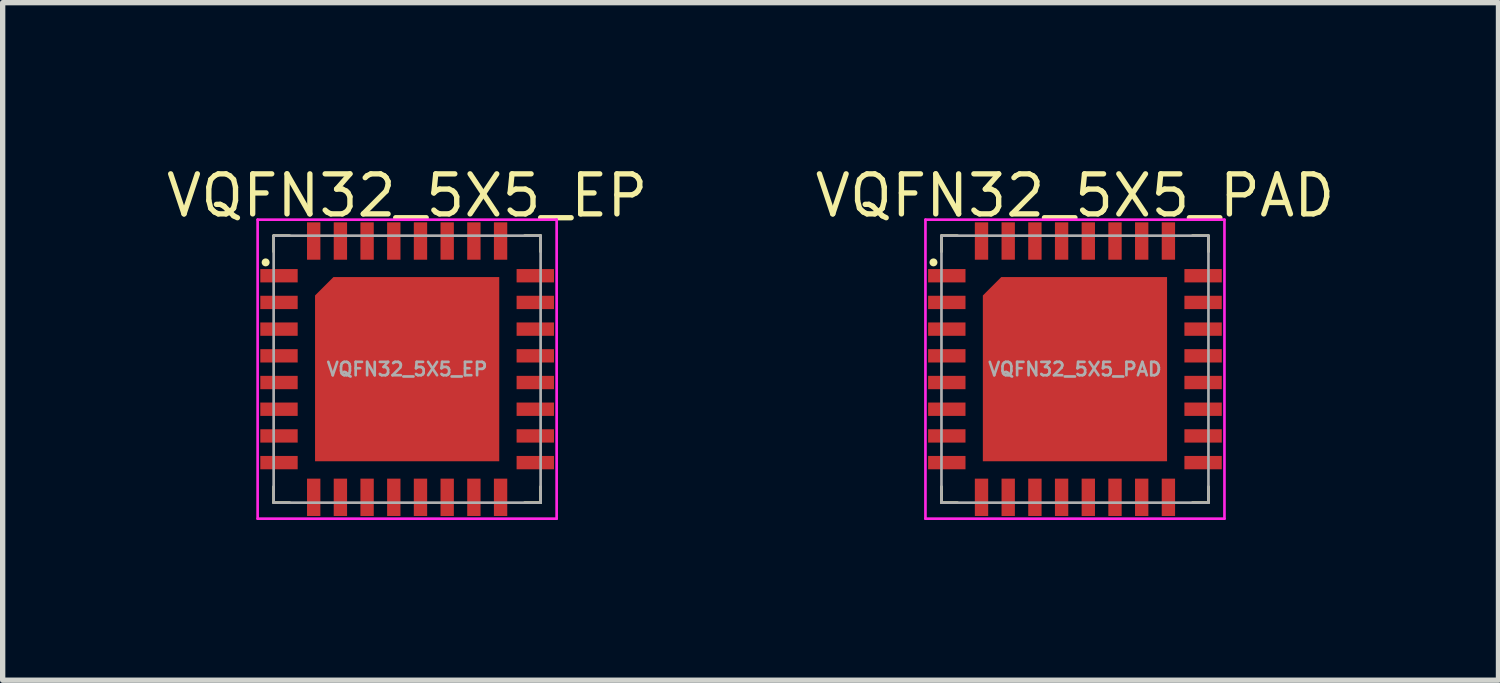
<source format=kicad_pcb>
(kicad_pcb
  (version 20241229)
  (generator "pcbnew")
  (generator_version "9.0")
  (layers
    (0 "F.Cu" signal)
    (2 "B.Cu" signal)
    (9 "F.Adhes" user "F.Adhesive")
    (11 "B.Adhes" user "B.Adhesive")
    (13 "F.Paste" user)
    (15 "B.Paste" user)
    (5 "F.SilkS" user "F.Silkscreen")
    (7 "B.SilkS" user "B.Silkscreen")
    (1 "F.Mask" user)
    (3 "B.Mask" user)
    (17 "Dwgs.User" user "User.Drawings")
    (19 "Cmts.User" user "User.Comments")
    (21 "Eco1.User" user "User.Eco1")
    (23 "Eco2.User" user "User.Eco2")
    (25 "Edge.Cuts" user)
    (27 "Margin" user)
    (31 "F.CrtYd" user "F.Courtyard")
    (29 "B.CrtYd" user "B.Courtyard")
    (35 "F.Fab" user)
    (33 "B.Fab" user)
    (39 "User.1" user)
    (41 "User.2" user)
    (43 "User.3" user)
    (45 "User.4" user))
  (footprint "VQFN32_5X5_EP"
    (layer "F.Cu")
    (at 4.575 3.864)
    (property "Reference" "VQFN32_5X5_EP" (at 0 -3.25 0) (unlocked yes) (layer "F.SilkS") (effects (font (size 0.75 0.75) (thickness 0.1))))
    (attr smd)
    (fp_line (start -2.5 -2.5) (end -2.5 -2.2) (stroke (width 0.05) (type solid)) (layer "F.SilkS"))
    (fp_line (start -2.5 2.2) (end -2.5 2.5) (stroke (width 0.05) (type solid)) (layer "F.SilkS"))
    (fp_line (start -2.5 2.5) (end -2.2 2.5) (stroke (width 0.05) (type solid)) (layer "F.SilkS"))
    (fp_line (start -2.2 -2.5) (end -2.5 -2.5) (stroke (width 0.05) (type solid)) (layer "F.SilkS"))
    (fp_line (start 2.2 2.5) (end 2.5 2.5) (stroke (width 0.05) (type solid)) (layer "F.SilkS"))
    (fp_line (start 2.5 -2.5) (end 2.2 -2.5) (stroke (width 0.05) (type solid)) (layer "F.SilkS"))
    (fp_line (start 2.5 -2.2) (end 2.5 -2.5) (stroke (width 0.05) (type solid)) (layer "F.SilkS"))
    (fp_line (start 2.5 2.5) (end 2.5 2.2) (stroke (width 0.05) (type solid)) (layer "F.SilkS"))
    (fp_circle (center -2.65 -2) (end -2.65 -2) (stroke (width 0.05) (type solid)) (fill no) (layer "F.SilkS"))
    (fp_circle (center -2.65 -2) (end -2.6 -2) (stroke (width 0.05) (type solid)) (fill no) (layer "F.SilkS"))
    (fp_line (start -2.8 -2.8) (end 2.8 -2.8) (stroke (width 0.05) (type solid)) (layer "F.CrtYd"))
    (fp_line (start -2.8 2.8) (end -2.8 -2.8) (stroke (width 0.05) (type solid)) (layer "F.CrtYd"))
    (fp_line (start 2.8 -2.8) (end 2.8 2.8) (stroke (width 0.05) (type solid)) (layer "F.CrtYd"))
    (fp_line (start 2.8 2.8) (end -2.8 2.8) (stroke (width 0.05) (type solid)) (layer "F.CrtYd"))
    (fp_line (start -2.5 -2.5) (end 2.5 -2.5) (stroke (width 0.05) (type solid)) (layer "F.Fab"))
    (fp_line (start -2.5 2.5) (end -2.5 -2.5) (stroke (width 0.05) (type solid)) (layer "F.Fab"))
    (fp_line (start -2.5 2.5) (end 2.5 2.5) (stroke (width 0.05) (type solid)) (layer "F.Fab"))
    (fp_line (start 2.5 2.5) (end 2.5 -2.5) (stroke (width 0.05) (type solid)) (layer "F.Fab"))
    (fp_text user "${REFERENCE}" (at 0 0 0) (unlocked yes) (layer "F.Fab") (effects (font (size 0.25 0.25) (thickness 0.05))))
    (pad "1" smd rect (at -2.4 -1.75) (size 0.7 0.25) (layers "F.Cu" "F.Mask" "F.Paste"))
    (pad "2" smd rect (at -2.4 -1.25) (size 0.7 0.25) (layers "F.Cu" "F.Mask" "F.Paste"))
    (pad "3" smd rect (at -2.4 -0.75) (size 0.7 0.25) (layers "F.Cu" "F.Mask" "F.Paste"))
    (pad "4" smd rect (at -2.4 -0.25) (size 0.7 0.25) (layers "F.Cu" "F.Mask" "F.Paste"))
    (pad "5" smd rect (at -2.4 0.25) (size 0.7 0.25) (layers "F.Cu" "F.Mask" "F.Paste"))
    (pad "6" smd rect (at -2.4 0.75) (size 0.7 0.25) (layers "F.Cu" "F.Mask" "F.Paste"))
    (pad "7" smd rect (at -2.4 1.25) (size 0.7 0.25) (layers "F.Cu" "F.Mask" "F.Paste"))
    (pad "8" smd rect (at -2.4 1.75) (size 0.7 0.25) (layers "F.Cu" "F.Mask" "F.Paste"))
    (pad "9" smd rect (at -1.75 2.4 90) (size 0.7 0.25) (layers "F.Cu" "F.Mask" "F.Paste"))
    (pad "10" smd rect (at -1.25 2.4 90) (size 0.7 0.25) (layers "F.Cu" "F.Mask" "F.Paste"))
    (pad "11" smd rect (at -0.75 2.4 90) (size 0.7 0.25) (layers "F.Cu" "F.Mask" "F.Paste"))
    (pad "12" smd rect (at -0.25 2.4 90) (size 0.7 0.25) (layers "F.Cu" "F.Mask" "F.Paste"))
    (pad "13" smd rect (at 0.25 2.4 90) (size 0.7 0.25) (layers "F.Cu" "F.Mask" "F.Paste"))
    (pad "14" smd rect (at 0.75 2.4 90) (size 0.7 0.25) (layers "F.Cu" "F.Mask" "F.Paste"))
    (pad "15" smd rect (at 1.25 2.4 90) (size 0.7 0.25) (layers "F.Cu" "F.Mask" "F.Paste"))
    (pad "16" smd rect (at 1.75 2.4 90) (size 0.7 0.25) (layers "F.Cu" "F.Mask" "F.Paste"))
    (pad "17" smd rect (at 2.4 1.75 180) (size 0.7 0.25) (layers "F.Cu" "F.Mask" "F.Paste"))
    (pad "18" smd rect (at 2.4 1.25 180) (size 0.7 0.25) (layers "F.Cu" "F.Mask" "F.Paste"))
    (pad "19" smd rect (at 2.4 0.75 180) (size 0.7 0.25) (layers "F.Cu" "F.Mask" "F.Paste"))
    (pad "20" smd rect (at 2.4 0.25 180) (size 0.7 0.25) (layers "F.Cu" "F.Mask" "F.Paste"))
    (pad "21" smd rect (at 2.4 -0.25 180) (size 0.7 0.25) (layers "F.Cu" "F.Mask" "F.Paste"))
    (pad "22" smd rect (at 2.4 -0.75 180) (size 0.7 0.25) (layers "F.Cu" "F.Mask" "F.Paste"))
    (pad "23" smd rect (at 2.4 -1.25 180) (size 0.7 0.25) (layers "F.Cu" "F.Mask" "F.Paste"))
    (pad "24" smd rect (at 2.4 -1.75 180) (size 0.7 0.25) (layers "F.Cu" "F.Mask" "F.Paste"))
    (pad "25" smd rect (at 1.75 -2.4 270) (size 0.7 0.25) (layers "F.Cu" "F.Mask" "F.Paste"))
    (pad "26" smd rect (at 1.25 -2.4 270) (size 0.7 0.25) (layers "F.Cu" "F.Mask" "F.Paste"))
    (pad "27" smd rect (at 0.75 -2.4 270) (size 0.7 0.25) (layers "F.Cu" "F.Mask" "F.Paste"))
    (pad "28" smd rect (at 0.25 -2.4 270) (size 0.7 0.25) (layers "F.Cu" "F.Mask" "F.Paste"))
    (pad "29" smd rect (at -0.25 -2.4 270) (size 0.7 0.25) (layers "F.Cu" "F.Mask" "F.Paste"))
    (pad "30" smd rect (at -0.75 -2.4 270) (size 0.7 0.25) (layers "F.Cu" "F.Mask" "F.Paste"))
    (pad "31" smd rect (at -1.25 -2.4 270) (size 0.7 0.25) (layers "F.Cu" "F.Mask" "F.Paste"))
    (pad "32" smd rect (at -1.75 -2.4 270) (size 0.7 0.25) (layers "F.Cu" "F.Mask" "F.Paste"))
    (pad "33" smd roundrect (at 0 0) (size 3.45 3.45) (layers "F.Cu" "F.Mask" "F.Paste") (roundrect_rratio 0) (chamfer_ratio 0.1) (chamfer top_left)))
  (footprint "VQFN32_5X5_PAD"
    (layer "F.Cu")
    (at 17.082 3.864)
    (property "Reference" "VQFN32_5X5_PAD" (at 0 -3.25 0) (unlocked yes) (layer "F.SilkS") (effects (font (size 0.75 0.75) (thickness 0.1))))
    (attr smd)
    (fp_line (start -2.5 -2.5) (end -2.5 -2.2) (stroke (width 0.05) (type solid)) (layer "F.SilkS"))
    (fp_line (start -2.5 2.2) (end -2.5 2.5) (stroke (width 0.05) (type solid)) (layer "F.SilkS"))
    (fp_line (start -2.5 2.5) (end -2.2 2.5) (stroke (width 0.05) (type solid)) (layer "F.SilkS"))
    (fp_line (start -2.2 -2.5) (end -2.5 -2.5) (stroke (width 0.05) (type solid)) (layer "F.SilkS"))
    (fp_line (start 2.2 2.5) (end 2.5 2.5) (stroke (width 0.05) (type solid)) (layer "F.SilkS"))
    (fp_line (start 2.5 -2.5) (end 2.2 -2.5) (stroke (width 0.05) (type solid)) (layer "F.SilkS"))
    (fp_line (start 2.5 -2.2) (end 2.5 -2.5) (stroke (width 0.05) (type solid)) (layer "F.SilkS"))
    (fp_line (start 2.5 2.5) (end 2.5 2.2) (stroke (width 0.05) (type solid)) (layer "F.SilkS"))
    (fp_circle (center -2.65 -2) (end -2.65 -2) (stroke (width 0.05) (type solid)) (fill no) (layer "F.SilkS"))
    (fp_circle (center -2.65 -2) (end -2.6 -2) (stroke (width 0.05) (type solid)) (fill no) (layer "F.SilkS"))
    (fp_line (start -2.8 -2.8) (end 2.8 -2.8) (stroke (width 0.05) (type solid)) (layer "F.CrtYd"))
    (fp_line (start -2.8 2.8) (end -2.8 -2.8) (stroke (width 0.05) (type solid)) (layer "F.CrtYd"))
    (fp_line (start 2.8 -2.8) (end 2.8 2.8) (stroke (width 0.05) (type solid)) (layer "F.CrtYd"))
    (fp_line (start 2.8 2.8) (end -2.8 2.8) (stroke (width 0.05) (type solid)) (layer "F.CrtYd"))
    (fp_line (start -2.5 -2.5) (end 2.5 -2.5) (stroke (width 0.05) (type solid)) (layer "F.Fab"))
    (fp_line (start -2.5 2.5) (end -2.5 -2.5) (stroke (width 0.05) (type solid)) (layer "F.Fab"))
    (fp_line (start -2.5 2.5) (end 2.5 2.5) (stroke (width 0.05) (type solid)) (layer "F.Fab"))
    (fp_line (start 2.5 2.5) (end 2.5 -2.5) (stroke (width 0.05) (type solid)) (layer "F.Fab"))
    (fp_text user "${REFERENCE}" (at 0 0 0) (unlocked yes) (layer "F.Fab") (effects (font (size 0.25 0.25) (thickness 0.05))))
    (pad "1" smd rect (at -2.4 -1.75) (size 0.7 0.25) (layers "F.Cu" "F.Mask" "F.Paste"))
    (pad "2" smd rect (at -2.4 -1.25) (size 0.7 0.25) (layers "F.Cu" "F.Mask" "F.Paste"))
    (pad "3" smd rect (at -2.4 -0.75) (size 0.7 0.25) (layers "F.Cu" "F.Mask" "F.Paste"))
    (pad "4" smd rect (at -2.4 -0.25) (size 0.7 0.25) (layers "F.Cu" "F.Mask" "F.Paste"))
    (pad "5" smd rect (at -2.4 0.25) (size 0.7 0.25) (layers "F.Cu" "F.Mask" "F.Paste"))
    (pad "6" smd rect (at -2.4 0.75) (size 0.7 0.25) (layers "F.Cu" "F.Mask" "F.Paste"))
    (pad "7" smd rect (at -2.4 1.25) (size 0.7 0.25) (layers "F.Cu" "F.Mask" "F.Paste"))
    (pad "8" smd rect (at -2.4 1.75) (size 0.7 0.25) (layers "F.Cu" "F.Mask" "F.Paste"))
    (pad "9" smd rect (at -1.75 2.4 90) (size 0.7 0.25) (layers "F.Cu" "F.Mask" "F.Paste"))
    (pad "10" smd rect (at -1.25 2.4 90) (size 0.7 0.25) (layers "F.Cu" "F.Mask" "F.Paste"))
    (pad "11" smd rect (at -0.75 2.4 90) (size 0.7 0.25) (layers "F.Cu" "F.Mask" "F.Paste"))
    (pad "12" smd rect (at -0.25 2.4 90) (size 0.7 0.25) (layers "F.Cu" "F.Mask" "F.Paste"))
    (pad "13" smd rect (at 0.25 2.4 90) (size 0.7 0.25) (layers "F.Cu" "F.Mask" "F.Paste"))
    (pad "14" smd rect (at 0.75 2.4 90) (size 0.7 0.25) (layers "F.Cu" "F.Mask" "F.Paste"))
    (pad "15" smd rect (at 1.25 2.4 90) (size 0.7 0.25) (layers "F.Cu" "F.Mask" "F.Paste"))
    (pad "16" smd rect (at 1.75 2.4 90) (size 0.7 0.25) (layers "F.Cu" "F.Mask" "F.Paste"))
    (pad "17" smd rect (at 2.4 1.75 180) (size 0.7 0.25) (layers "F.Cu" "F.Mask" "F.Paste"))
    (pad "18" smd rect (at 2.4 1.25 180) (size 0.7 0.25) (layers "F.Cu" "F.Mask" "F.Paste"))
    (pad "19" smd rect (at 2.4 0.75 180) (size 0.7 0.25) (layers "F.Cu" "F.Mask" "F.Paste"))
    (pad "20" smd rect (at 2.4 0.25 180) (size 0.7 0.25) (layers "F.Cu" "F.Mask" "F.Paste"))
    (pad "21" smd rect (at 2.4 -0.25 180) (size 0.7 0.25) (layers "F.Cu" "F.Mask" "F.Paste"))
    (pad "22" smd rect (at 2.4 -0.75 180) (size 0.7 0.25) (layers "F.Cu" "F.Mask" "F.Paste"))
    (pad "23" smd rect (at 2.4 -1.25 180) (size 0.7 0.25) (layers "F.Cu" "F.Mask" "F.Paste"))
    (pad "24" smd rect (at 2.4 -1.75 180) (size 0.7 0.25) (layers "F.Cu" "F.Mask" "F.Paste"))
    (pad "25" smd rect (at 1.75 -2.4 270) (size 0.7 0.25) (layers "F.Cu" "F.Mask" "F.Paste"))
    (pad "26" smd rect (at 1.25 -2.4 270) (size 0.7 0.25) (layers "F.Cu" "F.Mask" "F.Paste"))
    (pad "27" smd rect (at 0.75 -2.4 270) (size 0.7 0.25) (layers "F.Cu" "F.Mask" "F.Paste"))
    (pad "28" smd rect (at 0.25 -2.4 270) (size 0.7 0.25) (layers "F.Cu" "F.Mask" "F.Paste"))
    (pad "29" smd rect (at -0.25 -2.4 270) (size 0.7 0.25) (layers "F.Cu" "F.Mask" "F.Paste"))
    (pad "30" smd rect (at -0.75 -2.4 270) (size 0.7 0.25) (layers "F.Cu" "F.Mask" "F.Paste"))
    (pad "31" smd rect (at -1.25 -2.4 270) (size 0.7 0.25) (layers "F.Cu" "F.Mask" "F.Paste"))
    (pad "32" smd rect (at -1.75 -2.4 270) (size 0.7 0.25) (layers "F.Cu" "F.Mask" "F.Paste"))
    (pad "33" smd roundrect (at 0 0) (size 3.45 3.45) (layers "F.Cu" "F.Mask" "F.Paste") (roundrect_rratio 0) (chamfer_ratio 0.1) (chamfer top_left)))
  (gr_rect
    (start -3 -3)
    (end 25.014 9.689)
    (stroke (width 0.1) (type default))
    (fill no)
    (layer "Edge.Cuts")))
</source>
